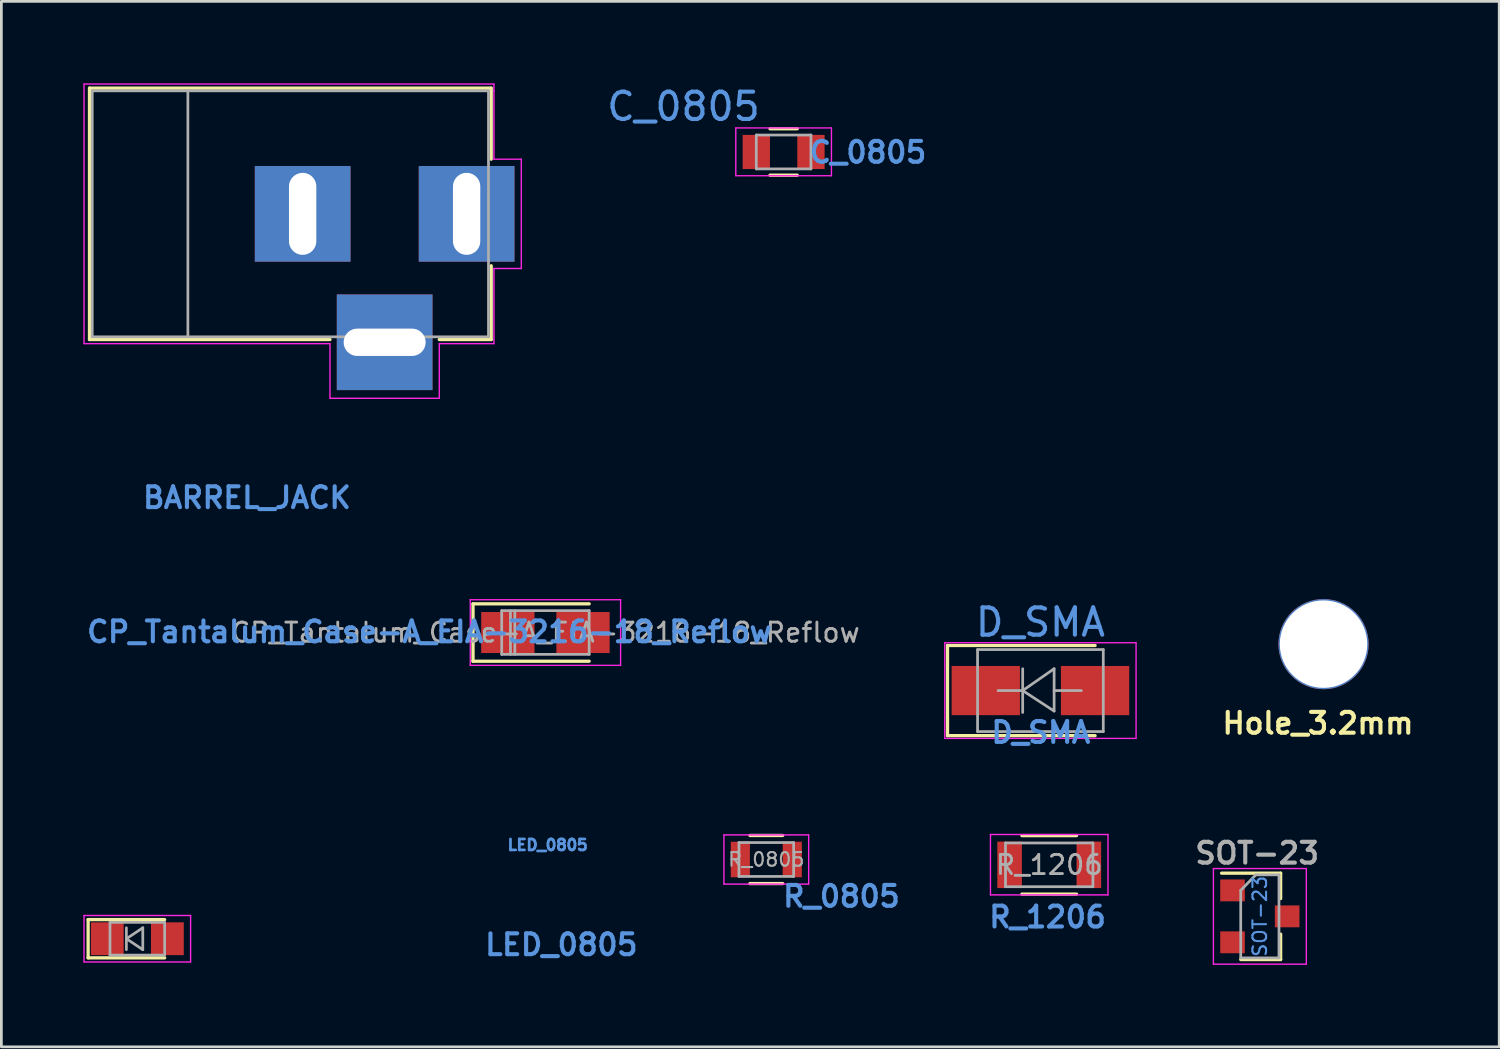
<source format=kicad_pcb>
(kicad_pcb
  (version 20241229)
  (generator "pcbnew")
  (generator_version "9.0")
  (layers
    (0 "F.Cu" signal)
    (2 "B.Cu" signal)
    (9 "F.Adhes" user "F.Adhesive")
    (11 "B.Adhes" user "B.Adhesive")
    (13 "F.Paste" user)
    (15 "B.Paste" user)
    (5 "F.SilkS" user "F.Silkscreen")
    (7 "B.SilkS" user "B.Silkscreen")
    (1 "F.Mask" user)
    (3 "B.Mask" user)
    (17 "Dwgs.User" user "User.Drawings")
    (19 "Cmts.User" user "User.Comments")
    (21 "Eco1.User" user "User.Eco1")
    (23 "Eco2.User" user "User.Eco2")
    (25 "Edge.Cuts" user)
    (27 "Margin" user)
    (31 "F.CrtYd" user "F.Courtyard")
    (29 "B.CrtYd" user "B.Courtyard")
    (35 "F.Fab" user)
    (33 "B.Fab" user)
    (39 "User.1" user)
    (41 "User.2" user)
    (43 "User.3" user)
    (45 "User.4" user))
  (footprint "Hole_3.2mm"
    (layer "F.Cu")
    (at 45.128 20.623)
    (property "Reference" "Hole_3.2mm" (at 0.051 2.794 0) (layer "F.SilkS") (effects (font (size 0.762 0.762) (thickness 0.15))))
    (attr through_hole)
    (pad "" np_thru_hole circle (at 0.254 -0.102) (size 3.3 3.3) (drill 3.2) (layers "*.Cu" "*.Mask")))
  (footprint "D_SMA"
    (layer "F.Cu")
    (at 35.022 22.22)
    (property "Reference" "D_SMA" (at 0.016 1.533 0) (layer "Cmts.User") (effects (font (size 0.762 0.762) (thickness 0.15))))
    (attr smd)
    (fp_line (start -3.4 -1.65) (end -3.4 1.65) (stroke (width 0.12) (type solid)) (layer "F.SilkS"))
    (fp_line (start -3.4 -1.65) (end 2 -1.65) (stroke (width 0.12) (type solid)) (layer "F.SilkS"))
    (fp_line (start -3.4 1.65) (end 2 1.65) (stroke (width 0.12) (type solid)) (layer "F.SilkS"))
    (fp_line (start -3.5 -1.75) (end 3.5 -1.75) (stroke (width 0.05) (type solid)) (layer "F.CrtYd"))
    (fp_line (start -3.5 1.75) (end -3.5 -1.75) (stroke (width 0.05) (type solid)) (layer "F.CrtYd"))
    (fp_line (start 3.5 -1.75) (end 3.5 1.75) (stroke (width 0.05) (type solid)) (layer "F.CrtYd"))
    (fp_line (start 3.5 1.75) (end -3.5 1.75) (stroke (width 0.05) (type solid)) (layer "F.CrtYd"))
    (fp_line (start -2.3 1.5) (end -2.3 -1.5) (stroke (width 0.1) (type solid)) (layer "F.Fab"))
    (fp_line (start -0.649 -0.799) (end -0.649 0.801) (stroke (width 0.1) (type solid)) (layer "F.Fab"))
    (fp_line (start -0.649 0.001) (end -1.551 0.001) (stroke (width 0.1) (type solid)) (layer "F.Fab"))
    (fp_line (start -0.649 0.001) (end 0.501 -0.799) (stroke (width 0.1) (type solid)) (layer "F.Fab"))
    (fp_line (start -0.649 0.001) (end 0.501 0.75) (stroke (width 0.1) (type solid)) (layer "F.Fab"))
    (fp_line (start 0.501 0.001) (end 1.499 0.001) (stroke (width 0.1) (type solid)) (layer "F.Fab"))
    (fp_line (start 0.501 0.75) (end 0.501 -0.799) (stroke (width 0.1) (type solid)) (layer "F.Fab"))
    (fp_line (start 2.3 -1.5) (end -2.3 -1.5) (stroke (width 0.1) (type solid)) (layer "F.Fab"))
    (fp_line (start 2.3 -1.5) (end 2.3 1.5) (stroke (width 0.1) (type solid)) (layer "F.Fab"))
    (fp_line (start 2.3 1.5) (end -2.3 1.5) (stroke (width 0.1) (type solid)) (layer "F.Fab"))
    (fp_text user "${REFERENCE}" (at 0 -2.5 0) (layer "Cmts.User") (effects (font (size 1 1) (thickness 0.15))))
    (pad "1" smd rect (at -2 0) (size 2.5 1.8) (layers "F.Cu" "F.Mask" "F.Paste"))
    (pad "2" smd rect (at 2 0) (size 2.5 1.8) (layers "F.Cu" "F.Mask" "F.Paste")))
  (footprint "CP_Tantalum_Case-A_EIA-3216-18_Reflow"
    (layer "F.Cu")
    (at 16.909 20.096)
    (property "Reference" "CP_Tantalum_Case-A_EIA-3216-18_Reflow" (at -4.242 -0.025 0) (layer "Cmts.User") (effects (font (size 0.762 0.762) (thickness 0.15))))
    (attr smd)
    (fp_line (start -2.65 -1.05) (end -2.65 1.05) (stroke (width 0.12) (type solid)) (layer "F.SilkS"))
    (fp_line (start -2.65 -1.05) (end 1.6 -1.05) (stroke (width 0.12) (type solid)) (layer "F.SilkS"))
    (fp_line (start -2.65 1.05) (end 1.6 1.05) (stroke (width 0.12) (type solid)) (layer "F.SilkS"))
    (fp_line (start -2.75 -1.2) (end -2.75 1.2) (stroke (width 0.05) (type solid)) (layer "F.CrtYd"))
    (fp_line (start -2.75 1.2) (end 2.75 1.2) (stroke (width 0.05) (type solid)) (layer "F.CrtYd"))
    (fp_line (start 2.75 -1.2) (end -2.75 -1.2) (stroke (width 0.05) (type solid)) (layer "F.CrtYd"))
    (fp_line (start 2.75 1.2) (end 2.75 -1.2) (stroke (width 0.05) (type solid)) (layer "F.CrtYd"))
    (fp_line (start -1.6 -0.8) (end -1.6 0.8) (stroke (width 0.1) (type solid)) (layer "F.Fab"))
    (fp_line (start -1.6 0.8) (end 1.6 0.8) (stroke (width 0.1) (type solid)) (layer "F.Fab"))
    (fp_line (start -1.28 -0.8) (end -1.28 0.8) (stroke (width 0.1) (type solid)) (layer "F.Fab"))
    (fp_line (start -1.12 -0.8) (end -1.12 0.8) (stroke (width 0.1) (type solid)) (layer "F.Fab"))
    (fp_line (start 1.6 -0.8) (end -1.6 -0.8) (stroke (width 0.1) (type solid)) (layer "F.Fab"))
    (fp_line (start 1.6 0.8) (end 1.6 -0.8) (stroke (width 0.1) (type solid)) (layer "F.Fab"))
    (fp_text user "${REFERENCE}" (at 0 0 0) (layer "F.Fab") (effects (font (size 0.7 0.7) (thickness 0.105))))
    (pad "1" smd rect (at -1.375 0) (size 1.95 1.5) (layers "F.Cu" "F.Mask" "F.Paste"))
    (pad "2" smd rect (at 1.375 0) (size 1.95 1.5) (layers "F.Cu" "F.Mask" "F.Paste")))
  (footprint "R_1206"
    (layer "F.Cu")
    (at 35.344 28.597)
    (property "Reference" "R_1206" (at -0.061 1.91 0) (layer "Cmts.User") (effects (font (size 0.762 0.762) (thickness 0.15))))
    (attr smd)
    (fp_line (start -1 -1.07) (end 1 -1.07) (stroke (width 0.12) (type solid)) (layer "F.SilkS"))
    (fp_line (start 1 1.07) (end -1 1.07) (stroke (width 0.12) (type solid)) (layer "F.SilkS"))
    (fp_line (start -2.15 -1.11) (end -2.15 1.1) (stroke (width 0.05) (type solid)) (layer "F.CrtYd"))
    (fp_line (start -2.15 -1.11) (end 2.15 -1.11) (stroke (width 0.05) (type solid)) (layer "F.CrtYd"))
    (fp_line (start 2.15 1.1) (end -2.15 1.1) (stroke (width 0.05) (type solid)) (layer "F.CrtYd"))
    (fp_line (start 2.15 1.1) (end 2.15 -1.11) (stroke (width 0.05) (type solid)) (layer "F.CrtYd"))
    (fp_line (start -1.6 -0.8) (end 1.6 -0.8) (stroke (width 0.1) (type solid)) (layer "F.Fab"))
    (fp_line (start -1.6 0.8) (end -1.6 -0.8) (stroke (width 0.1) (type solid)) (layer "F.Fab"))
    (fp_line (start 1.6 -0.8) (end 1.6 0.8) (stroke (width 0.1) (type solid)) (layer "F.Fab"))
    (fp_line (start 1.6 0.8) (end -1.6 0.8) (stroke (width 0.1) (type solid)) (layer "F.Fab"))
    (fp_text user "${REFERENCE}" (at 0 0 0) (layer "F.Fab") (effects (font (size 0.7 0.7) (thickness 0.105))))
    (pad "1" smd rect (at -1.45 0) (size 0.9 1.7) (layers "F.Cu" "F.Mask" "F.Paste"))
    (pad "2" smd rect (at 1.45 0) (size 0.9 1.7) (layers "F.Cu" "F.Mask" "F.Paste")))
  (footprint "BARREL_JACK"
    (layer "F.Cu")
    (at 14.025 4.775)
    (property "Reference" "BARREL_JACK" (at -8.039 10.387 0) (layer "Cmts.User") (effects (font (size 0.762 0.762) (thickness 0.15))))
    (attr through_hole)
    (fp_line (start -13.8 -4.6) (end 0.9 -4.6) (stroke (width 0.12) (type solid)) (layer "F.SilkS"))
    (fp_line (start -13.8 4.6) (end -13.8 -4.6) (stroke (width 0.12) (type solid)) (layer "F.SilkS"))
    (fp_line (start -5 4.6) (end -13.8 4.6) (stroke (width 0.12) (type solid)) (layer "F.SilkS"))
    (fp_line (start 0.9 -4.6) (end 0.9 -2) (stroke (width 0.12) (type solid)) (layer "F.SilkS"))
    (fp_line (start 0.9 1.9) (end 0.9 4.6) (stroke (width 0.12) (type solid)) (layer "F.SilkS"))
    (fp_line (start 0.9 4.6) (end -1 4.6) (stroke (width 0.12) (type solid)) (layer "F.SilkS"))
    (fp_line (start -14 4.75) (end -14 -4.75) (stroke (width 0.05) (type solid)) (layer "F.CrtYd"))
    (fp_line (start -5 4.75) (end -14 4.75) (stroke (width 0.05) (type solid)) (layer "F.CrtYd"))
    (fp_line (start -5 6.75) (end -5 4.75) (stroke (width 0.05) (type solid)) (layer "F.CrtYd"))
    (fp_line (start -1 4.75) (end -1 6.75) (stroke (width 0.05) (type solid)) (layer "F.CrtYd"))
    (fp_line (start -1 6.75) (end -5 6.75) (stroke (width 0.05) (type solid)) (layer "F.CrtYd"))
    (fp_line (start 1 -4.75) (end -14 -4.75) (stroke (width 0.05) (type solid)) (layer "F.CrtYd"))
    (fp_line (start 1 -4.5) (end 1 -4.75) (stroke (width 0.05) (type solid)) (layer "F.CrtYd"))
    (fp_line (start 1 -4.5) (end 1 -2) (stroke (width 0.05) (type solid)) (layer "F.CrtYd"))
    (fp_line (start 1 -2) (end 2 -2) (stroke (width 0.05) (type solid)) (layer "F.CrtYd"))
    (fp_line (start 1 2) (end 1 4.75) (stroke (width 0.05) (type solid)) (layer "F.CrtYd"))
    (fp_line (start 1 4.75) (end -1 4.75) (stroke (width 0.05) (type solid)) (layer "F.CrtYd"))
    (fp_line (start 2 -2) (end 2 2) (stroke (width 0.05) (type solid)) (layer "F.CrtYd"))
    (fp_line (start 2 2) (end 1 2) (stroke (width 0.05) (type solid)) (layer "F.CrtYd"))
    (fp_line (start -13.7 -4.5) (end -13.7 4.5) (stroke (width 0.1) (type solid)) (layer "F.Fab"))
    (fp_line (start -13.7 4.5) (end 0.8 4.5) (stroke (width 0.1) (type solid)) (layer "F.Fab"))
    (fp_line (start -10.2 -4.5) (end -10.2 4.5) (stroke (width 0.1) (type solid)) (layer "F.Fab"))
    (fp_line (start 0.8 -4.5) (end -13.7 -4.5) (stroke (width 0.1) (type solid)) (layer "F.Fab"))
    (fp_line (start 0.8 4.5) (end 0.8 -4.5) (stroke (width 0.1) (type solid)) (layer "F.Fab"))
    (pad "1" thru_hole rect (at 0 0) (size 3.5 3.5) (drill oval 1 3) (layers "*.Cu" "*.Mask"))
    (pad "2" thru_hole rect (at -6 0) (size 3.5 3.5) (drill oval 1 3) (layers "*.Cu" "*.Mask"))
    (pad "3" thru_hole rect (at -3 4.7) (size 3.5 3.5) (drill oval 3 1) (layers "*.Cu" "*.Mask")))
  (footprint "C_0805"
    (layer "F.Cu")
    (at 25.625 2.511)
    (property "Reference" "C_0805" (at 3.086 0.012 0) (layer "Cmts.User") (effects (font (size 0.762 0.762) (thickness 0.15))))
    (attr smd)
    (fp_line (start -0.5 0.85) (end 0.5 0.85) (stroke (width 0.12) (type solid)) (layer "F.SilkS"))
    (fp_line (start 0.5 -0.85) (end -0.5 -0.85) (stroke (width 0.12) (type solid)) (layer "F.SilkS"))
    (fp_line (start -1.75 -0.88) (end -1.75 0.87) (stroke (width 0.05) (type solid)) (layer "F.CrtYd"))
    (fp_line (start -1.75 -0.88) (end 1.75 -0.88) (stroke (width 0.05) (type solid)) (layer "F.CrtYd"))
    (fp_line (start 1.75 0.87) (end -1.75 0.87) (stroke (width 0.05) (type solid)) (layer "F.CrtYd"))
    (fp_line (start 1.75 0.87) (end 1.75 -0.88) (stroke (width 0.05) (type solid)) (layer "F.CrtYd"))
    (fp_line (start -1 -0.62) (end 1 -0.62) (stroke (width 0.1) (type solid)) (layer "F.Fab"))
    (fp_line (start -1 0.62) (end -1 -0.62) (stroke (width 0.1) (type solid)) (layer "F.Fab"))
    (fp_line (start 1 -0.62) (end 1 0.62) (stroke (width 0.1) (type solid)) (layer "F.Fab"))
    (fp_line (start 1 0.62) (end -1 0.62) (stroke (width 0.1) (type solid)) (layer "F.Fab"))
    (fp_text user "${REFERENCE}" (at -3.664 -1.663 0) (layer "Cmts.User") (effects (font (size 1 1) (thickness 0.15))))
    (pad "1" smd rect (at -1 0) (size 1 1.25) (layers "F.Cu" "F.Mask" "F.Paste"))
    (pad "2" smd rect (at 1 0) (size 1 1.25) (layers "F.Cu" "F.Mask" "F.Paste")))
  (footprint "R_0805"
    (layer "F.Cu")
    (at 24.991 28.402)
    (property "Reference" "R_0805" (at 2.749 1.348 0) (layer "Cmts.User") (effects (font (size 0.762 0.762) (thickness 0.15))))
    (attr smd)
    (fp_line (start -0.6 -0.88) (end 0.6 -0.88) (stroke (width 0.12) (type solid)) (layer "F.SilkS"))
    (fp_line (start 0.6 0.88) (end -0.6 0.88) (stroke (width 0.12) (type solid)) (layer "F.SilkS"))
    (fp_line (start -1.55 -0.9) (end -1.55 0.9) (stroke (width 0.05) (type solid)) (layer "F.CrtYd"))
    (fp_line (start -1.55 -0.9) (end 1.55 -0.9) (stroke (width 0.05) (type solid)) (layer "F.CrtYd"))
    (fp_line (start 1.55 0.9) (end -1.55 0.9) (stroke (width 0.05) (type solid)) (layer "F.CrtYd"))
    (fp_line (start 1.55 0.9) (end 1.55 -0.9) (stroke (width 0.05) (type solid)) (layer "F.CrtYd"))
    (fp_line (start -1 -0.62) (end 1 -0.62) (stroke (width 0.1) (type solid)) (layer "F.Fab"))
    (fp_line (start -1 0.62) (end -1 -0.62) (stroke (width 0.1) (type solid)) (layer "F.Fab"))
    (fp_line (start 1 -0.62) (end 1 0.62) (stroke (width 0.1) (type solid)) (layer "F.Fab"))
    (fp_line (start 1 0.62) (end -1 0.62) (stroke (width 0.1) (type solid)) (layer "F.Fab"))
    (fp_text user "${REFERENCE}" (at 0 0 0) (layer "F.Fab") (effects (font (size 0.5 0.5) (thickness 0.075))))
    (pad "1" smd rect (at -0.95 0) (size 0.7 1.3) (layers "F.Cu" "F.Mask" "F.Paste"))
    (pad "2" smd rect (at 0.95 0) (size 0.7 1.3) (layers "F.Cu" "F.Mask" "F.Paste")))
  (footprint "LED_0805"
    (layer "F.Cu")
    (at 1.975 31.301)
    (property "Reference" "LED_0805" (at 15.516 0.22 0) (layer "Cmts.User") (effects (font (size 0.762 0.762) (thickness 0.15))))
    (attr smd)
    (fp_line (start -1.8 -0.7) (end -1.8 0.7) (stroke (width 0.12) (type solid)) (layer "F.SilkS"))
    (fp_line (start -1.8 -0.7) (end 1 -0.7) (stroke (width 0.12) (type solid)) (layer "F.SilkS"))
    (fp_line (start -1.8 0.7) (end 1 0.7) (stroke (width 0.12) (type solid)) (layer "F.SilkS"))
    (fp_line (start -1.95 -0.85) (end 1.95 -0.85) (stroke (width 0.05) (type solid)) (layer "F.CrtYd"))
    (fp_line (start -1.95 0.85) (end -1.95 -0.85) (stroke (width 0.05) (type solid)) (layer "F.CrtYd"))
    (fp_line (start 1.95 -0.85) (end 1.95 0.85) (stroke (width 0.05) (type solid)) (layer "F.CrtYd"))
    (fp_line (start 1.95 0.85) (end -1.95 0.85) (stroke (width 0.05) (type solid)) (layer "F.CrtYd"))
    (fp_line (start -1 -0.6) (end 1 -0.6) (stroke (width 0.1) (type solid)) (layer "F.Fab"))
    (fp_line (start -1 0.6) (end -1 -0.6) (stroke (width 0.1) (type solid)) (layer "F.Fab"))
    (fp_line (start -0.4 -0.4) (end -0.4 0.4) (stroke (width 0.1) (type solid)) (layer "F.Fab"))
    (fp_line (start -0.4 0) (end 0.2 -0.4) (stroke (width 0.1) (type solid)) (layer "F.Fab"))
    (fp_line (start 0.2 -0.4) (end 0.2 0.4) (stroke (width 0.1) (type solid)) (layer "F.Fab"))
    (fp_line (start 0.2 0.4) (end -0.4 0) (stroke (width 0.1) (type solid)) (layer "F.Fab"))
    (fp_line (start 1 -0.6) (end 1 0.6) (stroke (width 0.1) (type solid)) (layer "F.Fab"))
    (fp_line (start 1 0.6) (end -1 0.6) (stroke (width 0.1) (type solid)) (layer "F.Fab"))
    (fp_text user "${REFERENCE}" (at 15.016 -3.43 0) (layer "Cmts.User") (effects (font (size 0.4 0.4) (thickness 0.1))))
    (pad "1" smd rect (at -1.1 0 180) (size 1.2 1.2) (layers "F.Cu" "F.Mask" "F.Paste"))
    (pad "2" smd rect (at 1.1 0 180) (size 1.2 1.2) (layers "F.Cu" "F.Mask" "F.Paste")))
  (footprint "SOT-23"
    (layer "F.Cu")
    (at 43.052 30.482)
    (property "Reference" "SOT-23" (at -0.099 -2.311 0) (layer "F.Fab") (effects (font (size 0.762 0.762) (thickness 0.15))))
    (attr smd)
    (fp_line (start 0.76 -1.58) (end -1.4 -1.58) (stroke (width 0.12) (type solid)) (layer "F.SilkS"))
    (fp_line (start 0.76 -1.58) (end 0.76 -0.65) (stroke (width 0.12) (type solid)) (layer "F.SilkS"))
    (fp_line (start 0.76 1.58) (end -0.7 1.58) (stroke (width 0.12) (type solid)) (layer "F.SilkS"))
    (fp_line (start 0.76 1.58) (end 0.76 0.65) (stroke (width 0.12) (type solid)) (layer "F.SilkS"))
    (fp_line (start -1.7 -1.75) (end 1.7 -1.75) (stroke (width 0.05) (type solid)) (layer "F.CrtYd"))
    (fp_line (start -1.7 1.75) (end -1.7 -1.75) (stroke (width 0.05) (type solid)) (layer "F.CrtYd"))
    (fp_line (start 1.7 -1.75) (end 1.7 1.75) (stroke (width 0.05) (type solid)) (layer "F.CrtYd"))
    (fp_line (start 1.7 1.75) (end -1.7 1.75) (stroke (width 0.05) (type solid)) (layer "F.CrtYd"))
    (fp_line (start -0.7 -0.95) (end -0.7 1.5) (stroke (width 0.1) (type solid)) (layer "F.Fab"))
    (fp_line (start -0.7 -0.95) (end -0.15 -1.52) (stroke (width 0.1) (type solid)) (layer "F.Fab"))
    (fp_line (start -0.7 1.52) (end 0.7 1.52) (stroke (width 0.1) (type solid)) (layer "F.Fab"))
    (fp_line (start -0.15 -1.52) (end 0.7 -1.52) (stroke (width 0.1) (type solid)) (layer "F.Fab"))
    (fp_line (start 0.7 -1.52) (end 0.7 1.52) (stroke (width 0.1) (type solid)) (layer "F.Fab"))
    (fp_text user "${REFERENCE}" (at 0 0 90) (layer "Cmts.User") (effects (font (size 0.5 0.5) (thickness 0.075))))
    (pad "1" smd rect (at -1 -0.95) (size 0.9 0.8) (layers "F.Cu" "F.Mask" "F.Paste"))
    (pad "2" smd rect (at -1 0.95) (size 0.9 0.8) (layers "F.Cu" "F.Mask" "F.Paste"))
    (pad "3" smd rect (at 1 0) (size 0.9 0.8) (layers "F.Cu" "F.Mask" "F.Paste")))
  (gr_rect
    (start -3 -3)
    (end 51.811 35.257)
    (stroke (width 0.1) (type default))
    (fill no)
    (layer "Edge.Cuts")))
</source>
